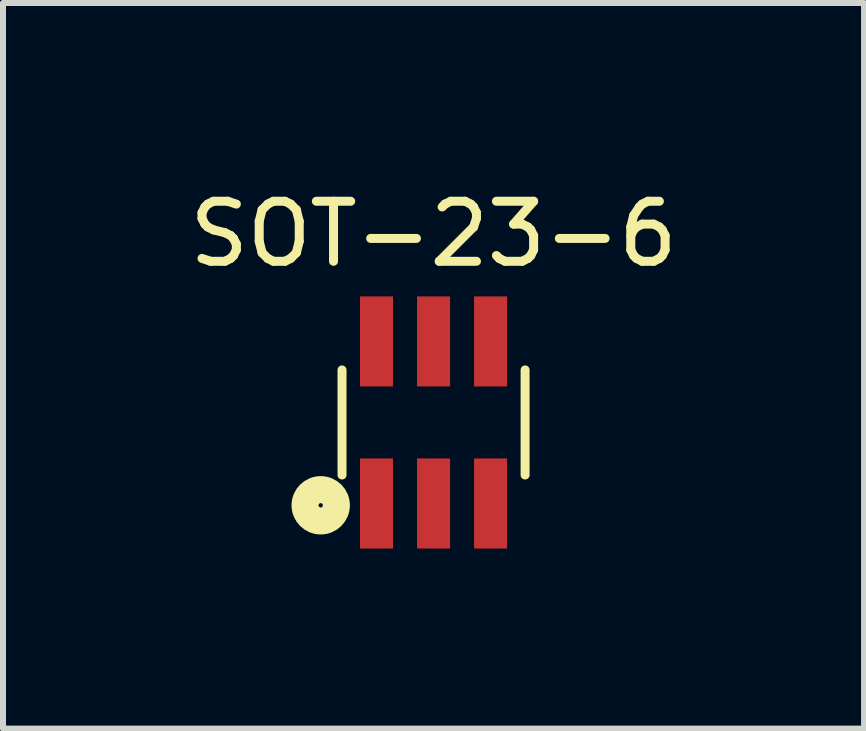
<source format=kicad_pcb>
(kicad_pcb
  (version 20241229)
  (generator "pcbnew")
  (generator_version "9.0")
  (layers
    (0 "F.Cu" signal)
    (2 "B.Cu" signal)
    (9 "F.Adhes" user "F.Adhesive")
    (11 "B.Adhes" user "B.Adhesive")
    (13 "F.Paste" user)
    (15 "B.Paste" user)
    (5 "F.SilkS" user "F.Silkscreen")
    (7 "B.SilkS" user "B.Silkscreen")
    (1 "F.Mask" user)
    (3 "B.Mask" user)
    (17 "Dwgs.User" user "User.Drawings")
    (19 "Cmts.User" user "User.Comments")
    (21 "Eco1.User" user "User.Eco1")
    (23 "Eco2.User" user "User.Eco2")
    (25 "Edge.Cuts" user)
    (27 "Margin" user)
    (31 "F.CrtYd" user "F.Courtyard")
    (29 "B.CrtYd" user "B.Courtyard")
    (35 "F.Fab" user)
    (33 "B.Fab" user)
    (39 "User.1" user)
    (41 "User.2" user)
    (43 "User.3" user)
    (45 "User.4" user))
  (footprint "SOT-23-6"
    (layer "F.Cu")
    (at 4.173 3.988)
    (property "Reference" "SOT-23-6" (at 0 -3.14 0) (layer "F.SilkS") (effects (font (size 1 1) (thickness 0.15))))
    (attr through_hole)
    (fp_line (start -1.525 -0.875) (end -1.525 0.875) (stroke (width 0.15) (type solid)) (layer "F.SilkS"))
    (fp_line (start 1.525 -0.875) (end 1.525 0.875) (stroke (width 0.15) (type solid)) (layer "F.SilkS"))
    (fp_circle (center -1.88 1.38) (end -1.86 1.35) (stroke (width 0.45) (type solid)) (fill no) (layer "F.SilkS"))
    (pad "1" smd rect (at -0.95 1.35) (size 0.55 1.5) (layers "F.Cu" "F.Mask" "F.Paste"))
    (pad "2" smd rect (at 0 1.35) (size 0.55 1.5) (layers "F.Cu" "F.Mask" "F.Paste"))
    (pad "3" smd rect (at 0.95 1.35) (size 0.55 1.5) (layers "F.Cu" "F.Mask" "F.Paste"))
    (pad "4" smd rect (at 0.95 -1.35) (size 0.55 1.5) (layers "F.Cu" "F.Mask" "F.Paste"))
    (pad "5" smd rect (at 0 -1.35) (size 0.55 1.5) (layers "F.Cu" "F.Mask" "F.Paste"))
    (pad "6" smd rect (at -0.95 -1.35) (size 0.55 1.5) (layers "F.Cu" "F.Mask" "F.Paste")))
  (gr_rect
    (start -3 -3)
    (end 11.345 9.088)
    (stroke (width 0.1) (type default))
    (fill no)
    (layer "Edge.Cuts")))
</source>
